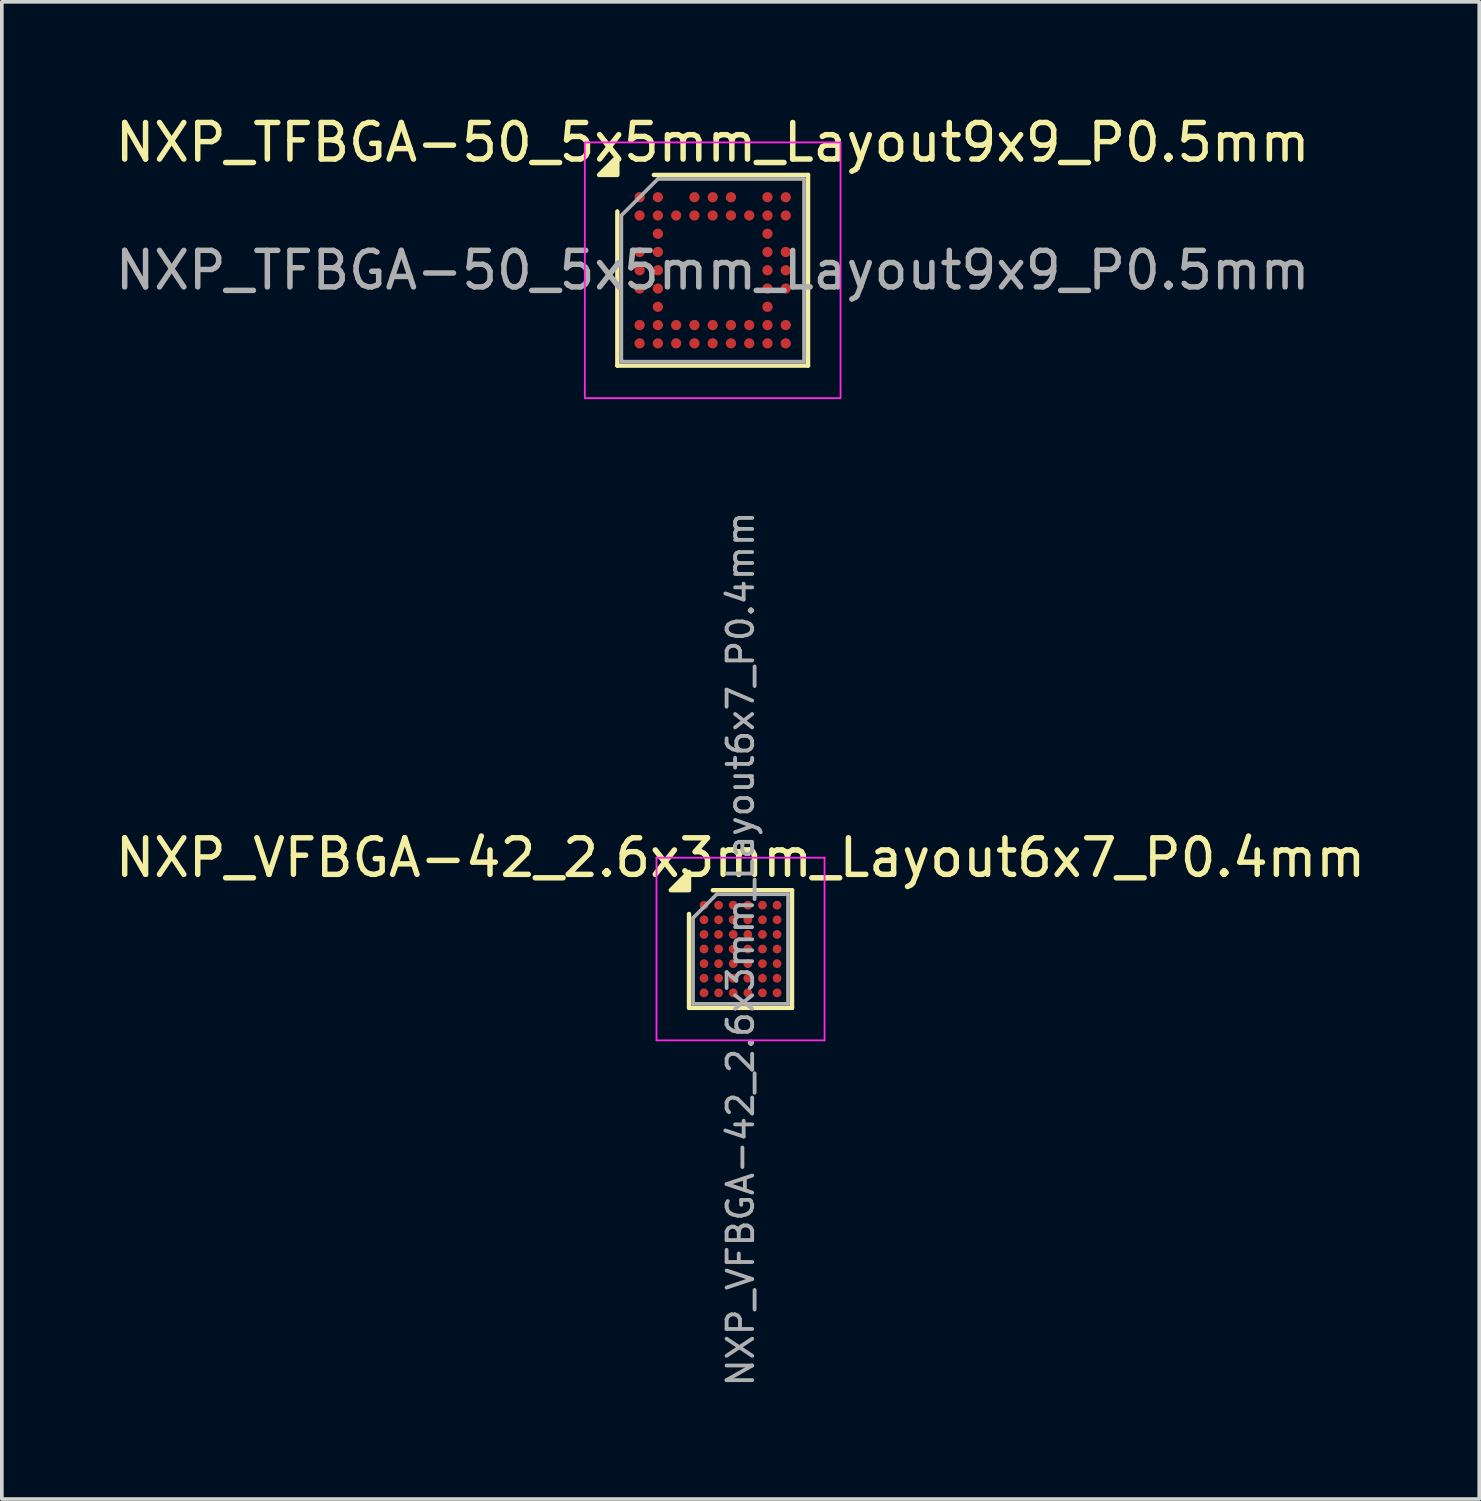
<source format=kicad_pcb>
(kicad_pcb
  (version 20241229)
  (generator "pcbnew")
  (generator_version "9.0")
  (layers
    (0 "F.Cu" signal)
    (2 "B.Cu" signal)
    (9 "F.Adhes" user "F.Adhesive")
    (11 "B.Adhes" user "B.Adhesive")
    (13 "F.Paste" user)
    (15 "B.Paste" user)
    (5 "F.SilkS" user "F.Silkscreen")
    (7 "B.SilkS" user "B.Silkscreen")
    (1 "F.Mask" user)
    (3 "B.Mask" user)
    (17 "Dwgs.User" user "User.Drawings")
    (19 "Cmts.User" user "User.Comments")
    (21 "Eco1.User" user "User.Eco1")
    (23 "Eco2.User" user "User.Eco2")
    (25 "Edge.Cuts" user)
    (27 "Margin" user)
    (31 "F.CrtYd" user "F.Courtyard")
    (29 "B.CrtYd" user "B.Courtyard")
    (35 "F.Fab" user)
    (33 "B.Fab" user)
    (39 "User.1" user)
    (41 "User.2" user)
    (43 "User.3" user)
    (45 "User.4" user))
  (footprint "NXP_TFBGA-50_5x5mm_Layout9x9_P0.5mm"
    (layer "F.Cu")
    (at 16.458 4.348)
    (property "Reference" "NXP_TFBGA-50_5x5mm_Layout9x9_P0.5mm" (at 0 -3.5 0) (layer "F.SilkS") (effects (font (size 1 1) (thickness 0.15))))
    (attr smd)
    (fp_line (start -2.61 2.61) (end -2.61 -1.61) (stroke (width 0.12) (type solid)) (layer "F.SilkS"))
    (fp_line (start -1.61 -2.61) (end 2.61 -2.61) (stroke (width 0.12) (type solid)) (layer "F.SilkS"))
    (fp_line (start 2.61 -2.61) (end 2.61 2.61) (stroke (width 0.12) (type solid)) (layer "F.SilkS"))
    (fp_line (start 2.61 2.61) (end -2.61 2.61) (stroke (width 0.12) (type solid)) (layer "F.SilkS"))
    (fp_poly (pts (xy -2.61 -2.61) (xy -3.11 -2.61) (xy -2.61 -3.11)) (stroke (width 0.12) (type solid)) (fill yes) (layer "F.SilkS"))
    (fp_rect (start -3.5 -3.5) (end 3.5 3.5) (stroke (width 0.05) (type solid)) (fill no) (layer "F.CrtYd"))
    (fp_line (start -2.5 -1.5) (end -1.5 -2.5) (stroke (width 0.1) (type solid)) (layer "F.Fab"))
    (fp_line (start -2.5 2.5) (end -2.5 -1.5) (stroke (width 0.1) (type solid)) (layer "F.Fab"))
    (fp_line (start -1.5 -2.5) (end 2.5 -2.5) (stroke (width 0.1) (type solid)) (layer "F.Fab"))
    (fp_line (start 2.5 -2.5) (end 2.5 2.5) (stroke (width 0.1) (type solid)) (layer "F.Fab"))
    (fp_line (start 2.5 2.5) (end -2.5 2.5) (stroke (width 0.1) (type solid)) (layer "F.Fab"))
    (fp_text user "${REFERENCE}" (at 0 0 0) (layer "F.Fab") (effects (font (size 1 1) (thickness 0.15))))
    (pad "A1" smd circle (at -2 -2) (size 0.28 0.28) (property pad_prop_bga) (layers "F.Cu" "F.Mask" "F.Paste"))
    (pad "A2" smd circle (at -1.5 -2) (size 0.28 0.28) (property pad_prop_bga) (layers "F.Cu" "F.Mask" "F.Paste"))
    (pad "A4" smd circle (at -0.5 -2) (size 0.28 0.28) (property pad_prop_bga) (layers "F.Cu" "F.Mask" "F.Paste"))
    (pad "A5" smd circle (at 0 -2) (size 0.28 0.28) (property pad_prop_bga) (layers "F.Cu" "F.Mask" "F.Paste"))
    (pad "A6" smd circle (at 0.5 -2) (size 0.28 0.28) (property pad_prop_bga) (layers "F.Cu" "F.Mask" "F.Paste"))
    (pad "A8" smd circle (at 1.5 -2) (size 0.28 0.28) (property pad_prop_bga) (layers "F.Cu" "F.Mask" "F.Paste"))
    (pad "A9" smd circle (at 2 -2) (size 0.28 0.28) (property pad_prop_bga) (layers "F.Cu" "F.Mask" "F.Paste"))
    (pad "B1" smd circle (at -2 -1.5) (size 0.28 0.28) (property pad_prop_bga) (layers "F.Cu" "F.Mask" "F.Paste"))
    (pad "B2" smd circle (at -1.5 -1.5) (size 0.28 0.28) (property pad_prop_bga) (layers "F.Cu" "F.Mask" "F.Paste"))
    (pad "B3" smd circle (at -1 -1.5) (size 0.28 0.28) (property pad_prop_bga) (layers "F.Cu" "F.Mask" "F.Paste"))
    (pad "B4" smd circle (at -0.5 -1.5) (size 0.28 0.28) (property pad_prop_bga) (layers "F.Cu" "F.Mask" "F.Paste"))
    (pad "B5" smd circle (at 0 -1.5) (size 0.28 0.28) (property pad_prop_bga) (layers "F.Cu" "F.Mask" "F.Paste"))
    (pad "B6" smd circle (at 0.5 -1.5) (size 0.28 0.28) (property pad_prop_bga) (layers "F.Cu" "F.Mask" "F.Paste"))
    (pad "B7" smd circle (at 1 -1.5) (size 0.28 0.28) (property pad_prop_bga) (layers "F.Cu" "F.Mask" "F.Paste"))
    (pad "B8" smd circle (at 1.5 -1.5) (size 0.28 0.28) (property pad_prop_bga) (layers "F.Cu" "F.Mask" "F.Paste"))
    (pad "B9" smd circle (at 2 -1.5) (size 0.28 0.28) (property pad_prop_bga) (layers "F.Cu" "F.Mask" "F.Paste"))
    (pad "C2" smd circle (at -1.5 -1) (size 0.28 0.28) (property pad_prop_bga) (layers "F.Cu" "F.Mask" "F.Paste"))
    (pad "C8" smd circle (at 1.5 -1) (size 0.28 0.28) (property pad_prop_bga) (layers "F.Cu" "F.Mask" "F.Paste"))
    (pad "D1" smd circle (at -2 -0.5) (size 0.28 0.28) (property pad_prop_bga) (layers "F.Cu" "F.Mask" "F.Paste"))
    (pad "D2" smd circle (at -1.5 -0.5) (size 0.28 0.28) (property pad_prop_bga) (layers "F.Cu" "F.Mask" "F.Paste"))
    (pad "D8" smd circle (at 1.5 -0.5) (size 0.28 0.28) (property pad_prop_bga) (layers "F.Cu" "F.Mask" "F.Paste"))
    (pad "D9" smd circle (at 2 -0.5) (size 0.28 0.28) (property pad_prop_bga) (layers "F.Cu" "F.Mask" "F.Paste"))
    (pad "E1" smd circle (at -2 0) (size 0.28 0.28) (property pad_prop_bga) (layers "F.Cu" "F.Mask" "F.Paste"))
    (pad "E2" smd circle (at -1.5 0) (size 0.28 0.28) (property pad_prop_bga) (layers "F.Cu" "F.Mask" "F.Paste"))
    (pad "E8" smd circle (at 1.5 0) (size 0.28 0.28) (property pad_prop_bga) (layers "F.Cu" "F.Mask" "F.Paste"))
    (pad "E9" smd circle (at 2 0) (size 0.28 0.28) (property pad_prop_bga) (layers "F.Cu" "F.Mask" "F.Paste"))
    (pad "F1" smd circle (at -2 0.5) (size 0.28 0.28) (property pad_prop_bga) (layers "F.Cu" "F.Mask" "F.Paste"))
    (pad "F2" smd circle (at -1.5 0.5) (size 0.28 0.28) (property pad_prop_bga) (layers "F.Cu" "F.Mask" "F.Paste"))
    (pad "F8" smd circle (at 1.5 0.5) (size 0.28 0.28) (property pad_prop_bga) (layers "F.Cu" "F.Mask" "F.Paste"))
    (pad "F9" smd circle (at 2 0.5) (size 0.28 0.28) (property pad_prop_bga) (layers "F.Cu" "F.Mask" "F.Paste"))
    (pad "G2" smd circle (at -1.5 1) (size 0.28 0.28) (property pad_prop_bga) (layers "F.Cu" "F.Mask" "F.Paste"))
    (pad "G8" smd circle (at 1.5 1) (size 0.28 0.28) (property pad_prop_bga) (layers "F.Cu" "F.Mask" "F.Paste"))
    (pad "H1" smd circle (at -2 1.5) (size 0.28 0.28) (property pad_prop_bga) (layers "F.Cu" "F.Mask" "F.Paste"))
    (pad "H2" smd circle (at -1.5 1.5) (size 0.28 0.28) (property pad_prop_bga) (layers "F.Cu" "F.Mask" "F.Paste"))
    (pad "H3" smd circle (at -1 1.5) (size 0.28 0.28) (property pad_prop_bga) (layers "F.Cu" "F.Mask" "F.Paste"))
    (pad "H4" smd circle (at -0.5 1.5) (size 0.28 0.28) (property pad_prop_bga) (layers "F.Cu" "F.Mask" "F.Paste"))
    (pad "H5" smd circle (at 0 1.5) (size 0.28 0.28) (property pad_prop_bga) (layers "F.Cu" "F.Mask" "F.Paste"))
    (pad "H6" smd circle (at 0.5 1.5) (size 0.28 0.28) (property pad_prop_bga) (layers "F.Cu" "F.Mask" "F.Paste"))
    (pad "H7" smd circle (at 1 1.5) (size 0.28 0.28) (property pad_prop_bga) (layers "F.Cu" "F.Mask" "F.Paste"))
    (pad "H8" smd circle (at 1.5 1.5) (size 0.28 0.28) (property pad_prop_bga) (layers "F.Cu" "F.Mask" "F.Paste"))
    (pad "H9" smd circle (at 2 1.5) (size 0.28 0.28) (property pad_prop_bga) (layers "F.Cu" "F.Mask" "F.Paste"))
    (pad "J1" smd circle (at -2 2) (size 0.28 0.28) (property pad_prop_bga) (layers "F.Cu" "F.Mask" "F.Paste"))
    (pad "J2" smd circle (at -1.5 2) (size 0.28 0.28) (property pad_prop_bga) (layers "F.Cu" "F.Mask" "F.Paste"))
    (pad "J3" smd circle (at -1 2) (size 0.28 0.28) (property pad_prop_bga) (layers "F.Cu" "F.Mask" "F.Paste"))
    (pad "J4" smd circle (at -0.5 2) (size 0.28 0.28) (property pad_prop_bga) (layers "F.Cu" "F.Mask" "F.Paste"))
    (pad "J5" smd circle (at 0 2) (size 0.28 0.28) (property pad_prop_bga) (layers "F.Cu" "F.Mask" "F.Paste"))
    (pad "J6" smd circle (at 0.5 2) (size 0.28 0.28) (property pad_prop_bga) (layers "F.Cu" "F.Mask" "F.Paste"))
    (pad "J7" smd circle (at 1 2) (size 0.28 0.28) (property pad_prop_bga) (layers "F.Cu" "F.Mask" "F.Paste"))
    (pad "J8" smd circle (at 1.5 2) (size 0.28 0.28) (property pad_prop_bga) (layers "F.Cu" "F.Mask" "F.Paste"))
    (pad "J9" smd circle (at 2 2) (size 0.28 0.28) (property pad_prop_bga) (layers "F.Cu" "F.Mask" "F.Paste")))
  (footprint "NXP_VFBGA-42_2.6x3mm_Layout6x7_P0.4mm"
    (layer "F.Cu")
    (at 17.22 22.927)
    (property "Reference" "NXP_VFBGA-42_2.6x3mm_Layout6x7_P0.4mm" (at 0 -2.5 0) (layer "F.SilkS") (effects (font (size 1 1) (thickness 0.15))))
    (attr smd)
    (fp_line (start -1.41 1.61) (end -1.41 -0.96) (stroke (width 0.12) (type solid)) (layer "F.SilkS"))
    (fp_line (start -0.76 -1.61) (end 1.41 -1.61) (stroke (width 0.12) (type solid)) (layer "F.SilkS"))
    (fp_line (start 1.41 -1.61) (end 1.41 1.61) (stroke (width 0.12) (type solid)) (layer "F.SilkS"))
    (fp_line (start 1.41 1.61) (end -1.41 1.61) (stroke (width 0.12) (type solid)) (layer "F.SilkS"))
    (fp_poly (pts (xy -1.41 -1.61) (xy -1.91 -1.61) (xy -1.41 -2.11) (xy -1.41 -1.61)) (stroke (width 0.12) (type solid)) (fill yes) (layer "F.SilkS"))
    (fp_line (start -2.3 -2.5) (end -2.3 2.5) (stroke (width 0.05) (type solid)) (layer "F.CrtYd"))
    (fp_line (start -2.3 2.5) (end 2.3 2.5) (stroke (width 0.05) (type solid)) (layer "F.CrtYd"))
    (fp_line (start 2.3 -2.5) (end -2.3 -2.5) (stroke (width 0.05) (type solid)) (layer "F.CrtYd"))
    (fp_line (start 2.3 2.5) (end 2.3 -2.5) (stroke (width 0.05) (type solid)) (layer "F.CrtYd"))
    (fp_line (start -1.3 -0.85) (end -0.65 -1.5) (stroke (width 0.1) (type solid)) (layer "F.Fab"))
    (fp_line (start -1.3 1.5) (end -1.3 -0.85) (stroke (width 0.1) (type solid)) (layer "F.Fab"))
    (fp_line (start -0.65 -1.5) (end 1.3 -1.5) (stroke (width 0.1) (type solid)) (layer "F.Fab"))
    (fp_line (start 1.3 -1.5) (end 1.3 1.5) (stroke (width 0.1) (type solid)) (layer "F.Fab"))
    (fp_line (start 1.3 1.5) (end -1.3 1.5) (stroke (width 0.1) (type solid)) (layer "F.Fab"))
    (fp_text user "${REFERENCE}" (at 0 0 270) (layer "F.Fab") (effects (font (size 0.7 0.7) (thickness 0.105))))
    (pad "A1" smd circle (at -1 -1.2) (size 0.24 0.24) (property pad_prop_bga) (layers "F.Cu" "F.Mask" "F.Paste"))
    (pad "A2" smd circle (at -0.6 -1.2) (size 0.24 0.24) (property pad_prop_bga) (layers "F.Cu" "F.Mask" "F.Paste"))
    (pad "A3" smd circle (at -0.2 -1.2) (size 0.24 0.24) (property pad_prop_bga) (layers "F.Cu" "F.Mask" "F.Paste"))
    (pad "A4" smd circle (at 0.2 -1.2) (size 0.24 0.24) (property pad_prop_bga) (layers "F.Cu" "F.Mask" "F.Paste"))
    (pad "A5" smd circle (at 0.6 -1.2) (size 0.24 0.24) (property pad_prop_bga) (layers "F.Cu" "F.Mask" "F.Paste"))
    (pad "A6" smd circle (at 1 -1.2) (size 0.24 0.24) (property pad_prop_bga) (layers "F.Cu" "F.Mask" "F.Paste"))
    (pad "B1" smd circle (at -1 -0.8) (size 0.24 0.24) (property pad_prop_bga) (layers "F.Cu" "F.Mask" "F.Paste"))
    (pad "B2" smd circle (at -0.6 -0.8) (size 0.24 0.24) (property pad_prop_bga) (layers "F.Cu" "F.Mask" "F.Paste"))
    (pad "B3" smd circle (at -0.2 -0.8) (size 0.24 0.24) (property pad_prop_bga) (layers "F.Cu" "F.Mask" "F.Paste"))
    (pad "B4" smd circle (at 0.2 -0.8) (size 0.24 0.24) (property pad_prop_bga) (layers "F.Cu" "F.Mask" "F.Paste"))
    (pad "B5" smd circle (at 0.6 -0.8) (size 0.24 0.24) (property pad_prop_bga) (layers "F.Cu" "F.Mask" "F.Paste"))
    (pad "B6" smd circle (at 1 -0.8) (size 0.24 0.24) (property pad_prop_bga) (layers "F.Cu" "F.Mask" "F.Paste"))
    (pad "C1" smd circle (at -1 -0.4) (size 0.24 0.24) (property pad_prop_bga) (layers "F.Cu" "F.Mask" "F.Paste"))
    (pad "C2" smd circle (at -0.6 -0.4) (size 0.24 0.24) (property pad_prop_bga) (layers "F.Cu" "F.Mask" "F.Paste"))
    (pad "C3" smd circle (at -0.2 -0.4) (size 0.24 0.24) (property pad_prop_bga) (layers "F.Cu" "F.Mask" "F.Paste"))
    (pad "C4" smd circle (at 0.2 -0.4) (size 0.24 0.24) (property pad_prop_bga) (layers "F.Cu" "F.Mask" "F.Paste"))
    (pad "C5" smd circle (at 0.6 -0.4) (size 0.24 0.24) (property pad_prop_bga) (layers "F.Cu" "F.Mask" "F.Paste"))
    (pad "C6" smd circle (at 1 -0.4) (size 0.24 0.24) (property pad_prop_bga) (layers "F.Cu" "F.Mask" "F.Paste"))
    (pad "D1" smd circle (at -1 0) (size 0.24 0.24) (property pad_prop_bga) (layers "F.Cu" "F.Mask" "F.Paste"))
    (pad "D2" smd circle (at -0.6 0) (size 0.24 0.24) (property pad_prop_bga) (layers "F.Cu" "F.Mask" "F.Paste"))
    (pad "D3" smd circle (at -0.2 0) (size 0.24 0.24) (property pad_prop_bga) (layers "F.Cu" "F.Mask" "F.Paste"))
    (pad "D4" smd circle (at 0.2 0) (size 0.24 0.24) (property pad_prop_bga) (layers "F.Cu" "F.Mask" "F.Paste"))
    (pad "D5" smd circle (at 0.6 0) (size 0.24 0.24) (property pad_prop_bga) (layers "F.Cu" "F.Mask" "F.Paste"))
    (pad "D6" smd circle (at 1 0) (size 0.24 0.24) (property pad_prop_bga) (layers "F.Cu" "F.Mask" "F.Paste"))
    (pad "E1" smd circle (at -1 0.4) (size 0.24 0.24) (property pad_prop_bga) (layers "F.Cu" "F.Mask" "F.Paste"))
    (pad "E2" smd circle (at -0.6 0.4) (size 0.24 0.24) (property pad_prop_bga) (layers "F.Cu" "F.Mask" "F.Paste"))
    (pad "E3" smd circle (at -0.2 0.4) (size 0.24 0.24) (property pad_prop_bga) (layers "F.Cu" "F.Mask" "F.Paste"))
    (pad "E4" smd circle (at 0.2 0.4) (size 0.24 0.24) (property pad_prop_bga) (layers "F.Cu" "F.Mask" "F.Paste"))
    (pad "E5" smd circle (at 0.6 0.4) (size 0.24 0.24) (property pad_prop_bga) (layers "F.Cu" "F.Mask" "F.Paste"))
    (pad "E6" smd circle (at 1 0.4) (size 0.24 0.24) (property pad_prop_bga) (layers "F.Cu" "F.Mask" "F.Paste"))
    (pad "F1" smd circle (at -1 0.8) (size 0.24 0.24) (property pad_prop_bga) (layers "F.Cu" "F.Mask" "F.Paste"))
    (pad "F2" smd circle (at -0.6 0.8) (size 0.24 0.24) (property pad_prop_bga) (layers "F.Cu" "F.Mask" "F.Paste"))
    (pad "F3" smd circle (at -0.2 0.8) (size 0.24 0.24) (property pad_prop_bga) (layers "F.Cu" "F.Mask" "F.Paste"))
    (pad "F4" smd circle (at 0.2 0.8) (size 0.24 0.24) (property pad_prop_bga) (layers "F.Cu" "F.Mask" "F.Paste"))
    (pad "F5" smd circle (at 0.6 0.8) (size 0.24 0.24) (property pad_prop_bga) (layers "F.Cu" "F.Mask" "F.Paste"))
    (pad "F6" smd circle (at 1 0.8) (size 0.24 0.24) (property pad_prop_bga) (layers "F.Cu" "F.Mask" "F.Paste"))
    (pad "G1" smd circle (at -1 1.2) (size 0.24 0.24) (property pad_prop_bga) (layers "F.Cu" "F.Mask" "F.Paste"))
    (pad "G2" smd circle (at -0.6 1.2) (size 0.24 0.24) (property pad_prop_bga) (layers "F.Cu" "F.Mask" "F.Paste"))
    (pad "G3" smd circle (at -0.2 1.2) (size 0.24 0.24) (property pad_prop_bga) (layers "F.Cu" "F.Mask" "F.Paste"))
    (pad "G4" smd circle (at 0.2 1.2) (size 0.24 0.24) (property pad_prop_bga) (layers "F.Cu" "F.Mask" "F.Paste"))
    (pad "G5" smd circle (at 0.6 1.2) (size 0.24 0.24) (property pad_prop_bga) (layers "F.Cu" "F.Mask" "F.Paste"))
    (pad "G6" smd circle (at 1 1.2) (size 0.24 0.24) (property pad_prop_bga) (layers "F.Cu" "F.Mask" "F.Paste")))
  (gr_rect
    (start -3 -3)
    (end 37.44 37.982)
    (stroke (width 0.1) (type default))
    (fill no)
    (layer "Edge.Cuts")))
</source>
